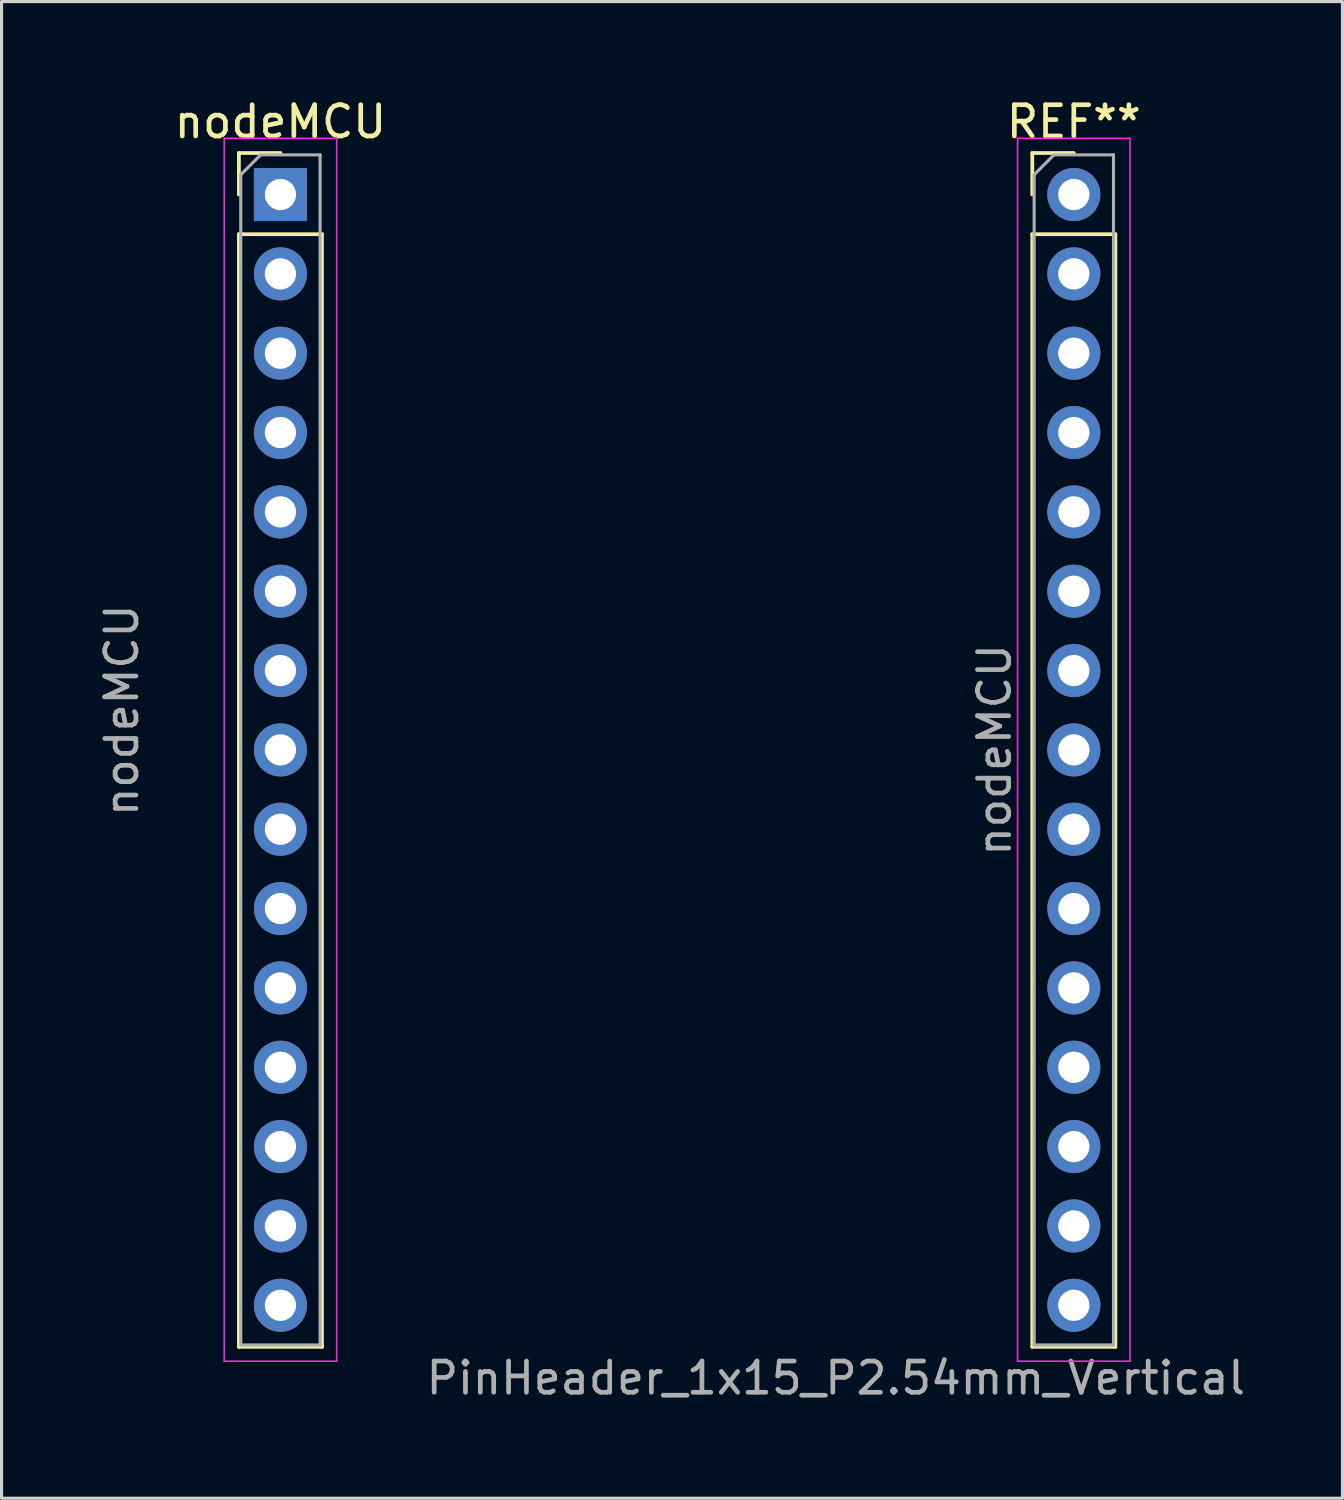
<source format=kicad_pcb>
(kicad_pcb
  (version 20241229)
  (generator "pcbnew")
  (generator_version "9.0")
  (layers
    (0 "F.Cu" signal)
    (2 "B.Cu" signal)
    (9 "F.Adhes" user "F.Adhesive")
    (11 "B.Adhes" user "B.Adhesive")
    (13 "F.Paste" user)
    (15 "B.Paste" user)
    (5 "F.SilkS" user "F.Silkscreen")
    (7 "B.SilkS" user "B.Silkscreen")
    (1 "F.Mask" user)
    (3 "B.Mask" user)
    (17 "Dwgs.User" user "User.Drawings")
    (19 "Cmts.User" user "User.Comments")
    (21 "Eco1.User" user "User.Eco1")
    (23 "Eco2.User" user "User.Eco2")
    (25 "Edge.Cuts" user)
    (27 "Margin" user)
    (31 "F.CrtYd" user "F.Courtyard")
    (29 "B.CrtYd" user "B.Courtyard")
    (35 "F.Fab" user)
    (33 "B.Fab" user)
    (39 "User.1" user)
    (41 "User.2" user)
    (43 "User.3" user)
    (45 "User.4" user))
  (footprint "nodeMCU"
    (layer "F.Cu")
    (at 5.928 3.178)
    (property "Reference" "nodeMCU" (at 0 -2.33 0) (layer "F.SilkS") (effects (font (size 1 1) (thickness 0.15))))
    (attr through_hole)
    (fp_line (start -1.33 -1.33) (end 0 -1.33) (stroke (width 0.12) (type solid)) (layer "F.SilkS"))
    (fp_line (start -1.33 0) (end -1.33 -1.33) (stroke (width 0.12) (type solid)) (layer "F.SilkS"))
    (fp_line (start -1.33 1.27) (end -1.33 36.89) (stroke (width 0.12) (type solid)) (layer "F.SilkS"))
    (fp_line (start -1.33 1.27) (end 1.33 1.27) (stroke (width 0.12) (type solid)) (layer "F.SilkS"))
    (fp_line (start -1.33 36.89) (end 1.33 36.89) (stroke (width 0.12) (type solid)) (layer "F.SilkS"))
    (fp_line (start 1.33 1.27) (end 1.33 36.89) (stroke (width 0.12) (type solid)) (layer "F.SilkS"))
    (fp_line (start 24.07 -1.33) (end 25.4 -1.33) (stroke (width 0.12) (type solid)) (layer "F.SilkS"))
    (fp_line (start 24.07 0) (end 24.07 -1.33) (stroke (width 0.12) (type solid)) (layer "F.SilkS"))
    (fp_line (start 24.07 1.27) (end 24.07 36.89) (stroke (width 0.12) (type solid)) (layer "F.SilkS"))
    (fp_line (start 24.07 1.27) (end 26.73 1.27) (stroke (width 0.12) (type solid)) (layer "F.SilkS"))
    (fp_line (start 24.07 36.89) (end 26.73 36.89) (stroke (width 0.12) (type solid)) (layer "F.SilkS"))
    (fp_line (start 26.73 1.27) (end 26.73 36.89) (stroke (width 0.12) (type solid)) (layer "F.SilkS"))
    (fp_line (start -1.8 -1.8) (end -1.8 37.35) (stroke (width 0.05) (type solid)) (layer "F.CrtYd"))
    (fp_line (start -1.8 37.35) (end 1.8 37.35) (stroke (width 0.05) (type solid)) (layer "F.CrtYd"))
    (fp_line (start 1.8 -1.8) (end -1.8 -1.8) (stroke (width 0.05) (type solid)) (layer "F.CrtYd"))
    (fp_line (start 1.8 37.35) (end 1.8 -1.8) (stroke (width 0.05) (type solid)) (layer "F.CrtYd"))
    (fp_line (start 23.6 -1.8) (end 23.6 37.35) (stroke (width 0.05) (type solid)) (layer "F.CrtYd"))
    (fp_line (start 23.6 37.35) (end 27.2 37.35) (stroke (width 0.05) (type solid)) (layer "F.CrtYd"))
    (fp_line (start 27.2 -1.8) (end 23.6 -1.8) (stroke (width 0.05) (type solid)) (layer "F.CrtYd"))
    (fp_line (start 27.2 37.35) (end 27.2 -1.8) (stroke (width 0.05) (type solid)) (layer "F.CrtYd"))
    (fp_line (start -1.27 -0.635) (end -0.635 -1.27) (stroke (width 0.1) (type solid)) (layer "F.Fab"))
    (fp_line (start -1.27 36.83) (end -1.27 -0.635) (stroke (width 0.1) (type solid)) (layer "F.Fab"))
    (fp_line (start -0.635 -1.27) (end 1.27 -1.27) (stroke (width 0.1) (type solid)) (layer "F.Fab"))
    (fp_line (start 1.27 -1.27) (end 1.27 36.83) (stroke (width 0.1) (type solid)) (layer "F.Fab"))
    (fp_line (start 1.27 36.83) (end -1.27 36.83) (stroke (width 0.1) (type solid)) (layer "F.Fab"))
    (fp_line (start 24.13 -0.635) (end 24.765 -1.27) (stroke (width 0.1) (type solid)) (layer "F.Fab"))
    (fp_line (start 24.13 36.83) (end 24.13 -0.635) (stroke (width 0.1) (type solid)) (layer "F.Fab"))
    (fp_line (start 24.765 -1.27) (end 26.67 -1.27) (stroke (width 0.1) (type solid)) (layer "F.Fab"))
    (fp_line (start 26.67 -1.27) (end 26.67 36.83) (stroke (width 0.1) (type solid)) (layer "F.Fab"))
    (fp_line (start 26.67 36.83) (end 24.13 36.83) (stroke (width 0.1) (type solid)) (layer "F.Fab"))
    (fp_text user "REF**" (at 25.4 -2.33 0) (layer "F.SilkS") (effects (font (size 1 1) (thickness 0.15))))
    (fp_text user "PinHeader_1x15_P2.54mm_Vertical" (at 17.78 37.89 0) (layer "F.Fab") (effects (font (size 1 1) (thickness 0.15))))
    (fp_text user "${REFERENCE}" (at 22.86 17.78 90) (layer "F.Fab") (effects (font (size 1 1) (thickness 0.15))))
    (fp_text user "${REFERENCE}" (at -5.08 16.51 90) (layer "F.Fab") (effects (font (size 1 1) (thickness 0.15))))
    (pad "0" thru_hole rect (at 0 0) (size 1.7 1.7) (drill 1) (layers "*.Cu" "*.Mask"))
    (pad "1" thru_hole oval (at 0 2.54) (size 1.7 1.7) (drill 1) (layers "*.Cu" "*.Mask"))
    (pad "2" thru_hole oval (at 0 5.08) (size 1.7 1.7) (drill 1) (layers "*.Cu" "*.Mask"))
    (pad "3" thru_hole oval (at 0 7.62) (size 1.7 1.7) (drill 1) (layers "*.Cu" "*.Mask"))
    (pad "4" thru_hole oval (at 0 10.16) (size 1.7 1.7) (drill 1) (layers "*.Cu" "*.Mask"))
    (pad "5" thru_hole oval (at 0 12.7) (size 1.7 1.7) (drill 1) (layers "*.Cu" "*.Mask"))
    (pad "6" thru_hole oval (at 0 15.24) (size 1.7 1.7) (drill 1) (layers "*.Cu" "*.Mask"))
    (pad "7" thru_hole oval (at 0 17.78) (size 1.7 1.7) (drill 1) (layers "*.Cu" "*.Mask"))
    (pad "8" thru_hole oval (at 0 20.32) (size 1.7 1.7) (drill 1) (layers "*.Cu" "*.Mask"))
    (pad "9" thru_hole oval (at 0 22.86) (size 1.7 1.7) (drill 1) (layers "*.Cu" "*.Mask"))
    (pad "10" thru_hole oval (at 0 25.4) (size 1.7 1.7) (drill 1) (layers "*.Cu" "*.Mask"))
    (pad "11" thru_hole oval (at 0 27.94) (size 1.7 1.7) (drill 1) (layers "*.Cu" "*.Mask"))
    (pad "12" thru_hole oval (at 0 30.48) (size 1.7 1.7) (drill 1) (layers "*.Cu" "*.Mask"))
    (pad "13" thru_hole oval (at 0 33.02) (size 1.7 1.7) (drill 1) (layers "*.Cu" "*.Mask"))
    (pad "14" thru_hole oval (at 0 35.56) (size 1.7 1.7) (drill 1) (layers "*.Cu" "*.Mask"))
    (pad "15" thru_hole circle (at 25.4 0) (size 1.7 1.7) (drill 1) (layers "*.Cu" "*.Mask"))
    (pad "16" thru_hole oval (at 25.4 2.54) (size 1.7 1.7) (drill 1) (layers "*.Cu" "*.Mask"))
    (pad "17" thru_hole oval (at 25.4 5.08) (size 1.7 1.7) (drill 1) (layers "*.Cu" "*.Mask"))
    (pad "18" thru_hole oval (at 25.4 7.62) (size 1.7 1.7) (drill 1) (layers "*.Cu" "*.Mask"))
    (pad "19" thru_hole oval (at 25.4 10.16) (size 1.7 1.7) (drill 1) (layers "*.Cu" "*.Mask"))
    (pad "20" thru_hole oval (at 25.4 12.7) (size 1.7 1.7) (drill 1) (layers "*.Cu" "*.Mask"))
    (pad "21" thru_hole oval (at 25.4 15.24) (size 1.7 1.7) (drill 1) (layers "*.Cu" "*.Mask"))
    (pad "22" thru_hole oval (at 25.4 17.78) (size 1.7 1.7) (drill 1) (layers "*.Cu" "*.Mask"))
    (pad "23" thru_hole oval (at 25.4 20.32) (size 1.7 1.7) (drill 1) (layers "*.Cu" "*.Mask"))
    (pad "24" thru_hole oval (at 25.4 22.86) (size 1.7 1.7) (drill 1) (layers "*.Cu" "*.Mask"))
    (pad "25" thru_hole oval (at 25.4 25.4) (size 1.7 1.7) (drill 1) (layers "*.Cu" "*.Mask"))
    (pad "26" thru_hole oval (at 25.4 27.94) (size 1.7 1.7) (drill 1) (layers "*.Cu" "*.Mask"))
    (pad "27" thru_hole oval (at 25.4 30.48 90) (size 1.7 1.7) (drill 1) (layers "*.Cu" "*.Mask"))
    (pad "28" thru_hole oval (at 25.4 33.02) (size 1.7 1.7) (drill 1) (layers "*.Cu" "*.Mask"))
    (pad "29" thru_hole oval (at 25.4 35.56) (size 1.7 1.7) (drill 1) (layers "*.Cu" "*.Mask")))
  (gr_rect
    (start -3 -3)
    (end 39.928 44.916)
    (stroke (width 0.1) (type default))
    (fill no)
    (layer "Edge.Cuts")))
</source>
